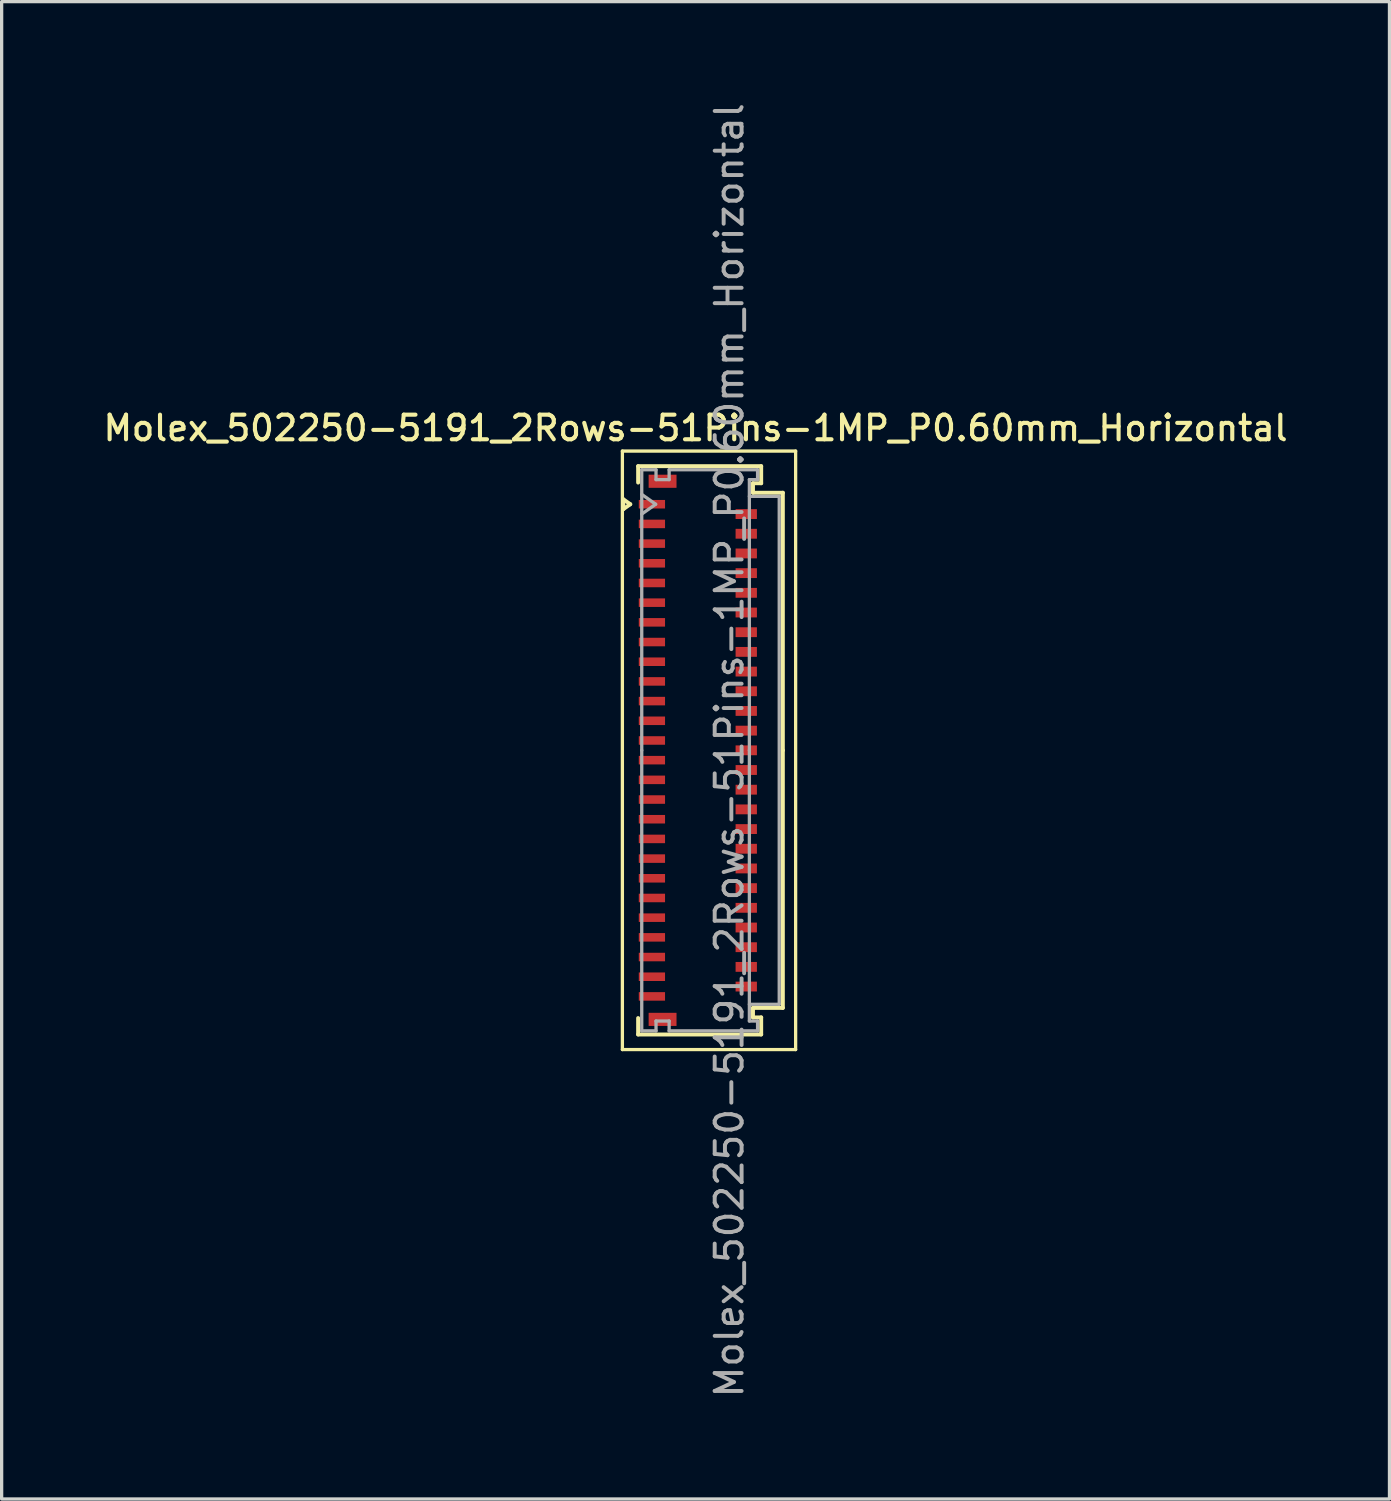
<source format=kicad_pcb>
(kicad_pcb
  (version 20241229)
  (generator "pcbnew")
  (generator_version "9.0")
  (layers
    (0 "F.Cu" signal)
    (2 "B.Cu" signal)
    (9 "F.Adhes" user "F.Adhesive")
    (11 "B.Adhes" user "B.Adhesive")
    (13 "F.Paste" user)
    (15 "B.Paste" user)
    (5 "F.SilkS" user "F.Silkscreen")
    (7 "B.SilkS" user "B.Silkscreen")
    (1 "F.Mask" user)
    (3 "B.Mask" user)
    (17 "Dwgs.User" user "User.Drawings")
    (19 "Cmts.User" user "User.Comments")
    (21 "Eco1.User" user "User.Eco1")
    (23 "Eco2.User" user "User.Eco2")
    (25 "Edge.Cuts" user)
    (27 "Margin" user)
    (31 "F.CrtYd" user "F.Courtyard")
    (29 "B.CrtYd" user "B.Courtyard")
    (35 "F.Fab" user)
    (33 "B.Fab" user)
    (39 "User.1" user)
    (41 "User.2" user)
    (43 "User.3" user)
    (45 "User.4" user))
  (footprint "Molex_502250-5191_2Rows-51Pins-1MP_P0.60mm_Horizontal"
    (layer "F.Cu")
    (at 18.218 19.817)
    (property "Reference" "Molex_502250-5191_2Rows-51Pins-1MP_P0.60mm_Horizontal" (at -0.07 -9.82 0) (layer "F.SilkS") (effects (font (size 0.75 0.75) (thickness 0.125))))
    (attr smd)
    (fp_line (start -2.3 -9.12) (end -2.3 9.12) (stroke (width 0.1) (type solid)) (layer "F.SilkS"))
    (fp_line (start -2.3 9.12) (end 2.98 9.12) (stroke (width 0.1) (type solid)) (layer "F.SilkS"))
    (fp_line (start -2.272 -7.65) (end -2.06 -7.5) (stroke (width 0.12) (type solid)) (layer "F.SilkS"))
    (fp_line (start -2.272 -7.35) (end -2.272 -7.65) (stroke (width 0.12) (type solid)) (layer "F.SilkS"))
    (fp_line (start -2.06 -7.5) (end -2.272 -7.35) (stroke (width 0.12) (type solid)) (layer "F.SilkS"))
    (fp_line (start -1.82 -8.66) (end 1.93 -8.66) (stroke (width 0.12) (type solid)) (layer "F.SilkS"))
    (fp_line (start -1.82 -8.16) (end -1.82 -8.66) (stroke (width 0.12) (type solid)) (layer "F.SilkS"))
    (fp_line (start -1.82 8.16) (end -1.82 8.66) (stroke (width 0.12) (type solid)) (layer "F.SilkS"))
    (fp_line (start -1.82 8.66) (end 1.93 8.66) (stroke (width 0.12) (type solid)) (layer "F.SilkS"))
    (fp_line (start 1.68 -8.14) (end 1.68 -7.85) (stroke (width 0.12) (type solid)) (layer "F.SilkS"))
    (fp_line (start 1.68 -7.85) (end 2.59 -7.85) (stroke (width 0.12) (type solid)) (layer "F.SilkS"))
    (fp_line (start 1.68 7.85) (end 2.59 7.85) (stroke (width 0.12) (type solid)) (layer "F.SilkS"))
    (fp_line (start 1.68 8.14) (end 1.68 7.85) (stroke (width 0.12) (type solid)) (layer "F.SilkS"))
    (fp_line (start 1.93 -8.66) (end 1.93 -8.14) (stroke (width 0.12) (type solid)) (layer "F.SilkS"))
    (fp_line (start 1.93 -8.14) (end 1.68 -8.14) (stroke (width 0.12) (type solid)) (layer "F.SilkS"))
    (fp_line (start 1.93 8.14) (end 1.68 8.14) (stroke (width 0.12) (type solid)) (layer "F.SilkS"))
    (fp_line (start 1.93 8.66) (end 1.93 8.14) (stroke (width 0.12) (type solid)) (layer "F.SilkS"))
    (fp_line (start 2.59 -7.85) (end 2.59 0) (stroke (width 0.12) (type solid)) (layer "F.SilkS"))
    (fp_line (start 2.59 7.85) (end 2.59 0) (stroke (width 0.12) (type solid)) (layer "F.SilkS"))
    (fp_line (start 2.98 -9.12) (end -2.3 -9.12) (stroke (width 0.1) (type solid)) (layer "F.SilkS"))
    (fp_line (start 2.98 9.12) (end 2.98 -9.12) (stroke (width 0.1) (type solid)) (layer "F.SilkS"))
    (fp_line (start -1.71 -8.55) (end -1.275 -8.55) (stroke (width 0.1) (type solid)) (layer "F.Fab"))
    (fp_line (start -1.71 -7.8) (end -1.286 -7.5) (stroke (width 0.1) (type solid)) (layer "F.Fab"))
    (fp_line (start -1.71 0) (end -1.71 -8.55) (stroke (width 0.1) (type solid)) (layer "F.Fab"))
    (fp_line (start -1.71 0) (end -1.71 8.55) (stroke (width 0.1) (type solid)) (layer "F.Fab"))
    (fp_line (start -1.71 8.55) (end -1.275 8.55) (stroke (width 0.1) (type solid)) (layer "F.Fab"))
    (fp_line (start -1.286 -7.5) (end -1.71 -7.2) (stroke (width 0.1) (type solid)) (layer "F.Fab"))
    (fp_line (start -1.275 -8.55) (end -1.275 -8.25) (stroke (width 0.1) (type solid)) (layer "F.Fab"))
    (fp_line (start -1.275 -8.25) (end -0.875 -8.25) (stroke (width 0.1) (type solid)) (layer "F.Fab"))
    (fp_line (start -1.275 8.25) (end -0.875 8.25) (stroke (width 0.1) (type solid)) (layer "F.Fab"))
    (fp_line (start -1.275 8.55) (end -1.275 8.25) (stroke (width 0.1) (type solid)) (layer "F.Fab"))
    (fp_line (start -0.875 -8.55) (end 1.82 -8.55) (stroke (width 0.1) (type solid)) (layer "F.Fab"))
    (fp_line (start -0.875 -8.25) (end -0.875 -8.55) (stroke (width 0.1) (type solid)) (layer "F.Fab"))
    (fp_line (start -0.875 8.25) (end -0.875 8.55) (stroke (width 0.1) (type solid)) (layer "F.Fab"))
    (fp_line (start -0.875 8.55) (end 1.82 8.55) (stroke (width 0.1) (type solid)) (layer "F.Fab"))
    (fp_line (start 1.57 -8.25) (end 1.57 0) (stroke (width 0.1) (type solid)) (layer "F.Fab"))
    (fp_line (start 1.57 -7.74) (end 2.48 -7.74) (stroke (width 0.1) (type solid)) (layer "F.Fab"))
    (fp_line (start 1.57 8.25) (end 1.57 0) (stroke (width 0.1) (type solid)) (layer "F.Fab"))
    (fp_line (start 1.82 -8.55) (end 1.82 -8.25) (stroke (width 0.1) (type solid)) (layer "F.Fab"))
    (fp_line (start 1.82 -8.25) (end 1.57 -8.25) (stroke (width 0.1) (type solid)) (layer "F.Fab"))
    (fp_line (start 1.82 8.25) (end 1.57 8.25) (stroke (width 0.1) (type solid)) (layer "F.Fab"))
    (fp_line (start 1.82 8.55) (end 1.82 8.25) (stroke (width 0.1) (type solid)) (layer "F.Fab"))
    (fp_line (start 2.48 -7.74) (end 2.48 7.74) (stroke (width 0.1) (type solid)) (layer "F.Fab"))
    (fp_line (start 2.48 7.74) (end 1.57 7.74) (stroke (width 0.1) (type solid)) (layer "F.Fab"))
    (fp_text user "${REFERENCE}" (at 0.96 0 90) (layer "F.Fab") (effects (font (size 0.82 0.82) (thickness 0.12))))
    (pad "1" smd rect (at -1.4 -7.5) (size 0.8 0.26) (layers "F.Cu" "F.Mask" "F.Paste"))
    (pad "2" smd rect (at 1.475 -7.2) (size 0.65 0.3) (layers "F.Cu" "F.Mask" "F.Paste"))
    (pad "3" smd rect (at -1.4 -6.9) (size 0.8 0.26) (layers "F.Cu" "F.Mask" "F.Paste"))
    (pad "4" smd rect (at 1.475 -6.6) (size 0.65 0.3) (layers "F.Cu" "F.Mask" "F.Paste"))
    (pad "5" smd rect (at -1.4 -6.3) (size 0.8 0.26) (layers "F.Cu" "F.Mask" "F.Paste"))
    (pad "6" smd rect (at 1.475 -6) (size 0.65 0.3) (layers "F.Cu" "F.Mask" "F.Paste"))
    (pad "7" smd rect (at -1.4 -5.7) (size 0.8 0.26) (layers "F.Cu" "F.Mask" "F.Paste"))
    (pad "8" smd rect (at 1.475 -5.4) (size 0.65 0.3) (layers "F.Cu" "F.Mask" "F.Paste"))
    (pad "9" smd rect (at -1.4 -5.1) (size 0.8 0.26) (layers "F.Cu" "F.Mask" "F.Paste"))
    (pad "10" smd rect (at 1.475 -4.8) (size 0.65 0.3) (layers "F.Cu" "F.Mask" "F.Paste"))
    (pad "11" smd rect (at -1.4 -4.5) (size 0.8 0.26) (layers "F.Cu" "F.Mask" "F.Paste"))
    (pad "12" smd rect (at 1.475 -4.2) (size 0.65 0.3) (layers "F.Cu" "F.Mask" "F.Paste"))
    (pad "13" smd rect (at -1.4 -3.9) (size 0.8 0.26) (layers "F.Cu" "F.Mask" "F.Paste"))
    (pad "14" smd rect (at 1.475 -3.6) (size 0.65 0.3) (layers "F.Cu" "F.Mask" "F.Paste"))
    (pad "15" smd rect (at -1.4 -3.3) (size 0.8 0.26) (layers "F.Cu" "F.Mask" "F.Paste"))
    (pad "16" smd rect (at 1.475 -3) (size 0.65 0.3) (layers "F.Cu" "F.Mask" "F.Paste"))
    (pad "17" smd rect (at -1.4 -2.7) (size 0.8 0.26) (layers "F.Cu" "F.Mask" "F.Paste"))
    (pad "18" smd rect (at 1.475 -2.4) (size 0.65 0.3) (layers "F.Cu" "F.Mask" "F.Paste"))
    (pad "19" smd rect (at -1.4 -2.1) (size 0.8 0.26) (layers "F.Cu" "F.Mask" "F.Paste"))
    (pad "20" smd rect (at 1.475 -1.8) (size 0.65 0.3) (layers "F.Cu" "F.Mask" "F.Paste"))
    (pad "21" smd rect (at -1.4 -1.5) (size 0.8 0.26) (layers "F.Cu" "F.Mask" "F.Paste"))
    (pad "22" smd rect (at 1.475 -1.2) (size 0.65 0.3) (layers "F.Cu" "F.Mask" "F.Paste"))
    (pad "23" smd rect (at -1.4 -0.9) (size 0.8 0.26) (layers "F.Cu" "F.Mask" "F.Paste"))
    (pad "24" smd rect (at 1.475 -0.6) (size 0.65 0.3) (layers "F.Cu" "F.Mask" "F.Paste"))
    (pad "25" smd rect (at -1.4 -0.3) (size 0.8 0.26) (layers "F.Cu" "F.Mask" "F.Paste"))
    (pad "26" smd rect (at 1.475 0) (size 0.65 0.3) (layers "F.Cu" "F.Mask" "F.Paste"))
    (pad "27" smd rect (at -1.4 0.3) (size 0.8 0.26) (layers "F.Cu" "F.Mask" "F.Paste"))
    (pad "28" smd rect (at 1.475 0.6) (size 0.65 0.3) (layers "F.Cu" "F.Mask" "F.Paste"))
    (pad "29" smd rect (at -1.4 0.9) (size 0.8 0.26) (layers "F.Cu" "F.Mask" "F.Paste"))
    (pad "30" smd rect (at 1.475 1.2) (size 0.65 0.3) (layers "F.Cu" "F.Mask" "F.Paste"))
    (pad "31" smd rect (at -1.4 1.5) (size 0.8 0.26) (layers "F.Cu" "F.Mask" "F.Paste"))
    (pad "32" smd rect (at 1.475 1.8) (size 0.65 0.3) (layers "F.Cu" "F.Mask" "F.Paste"))
    (pad "33" smd rect (at -1.4 2.1) (size 0.8 0.26) (layers "F.Cu" "F.Mask" "F.Paste"))
    (pad "34" smd rect (at 1.475 2.4) (size 0.65 0.3) (layers "F.Cu" "F.Mask" "F.Paste"))
    (pad "35" smd rect (at -1.4 2.7) (size 0.8 0.26) (layers "F.Cu" "F.Mask" "F.Paste"))
    (pad "36" smd rect (at 1.475 3) (size 0.65 0.3) (layers "F.Cu" "F.Mask" "F.Paste"))
    (pad "37" smd rect (at -1.4 3.3) (size 0.8 0.26) (layers "F.Cu" "F.Mask" "F.Paste"))
    (pad "38" smd rect (at 1.475 3.6) (size 0.65 0.3) (layers "F.Cu" "F.Mask" "F.Paste"))
    (pad "39" smd rect (at -1.4 3.9) (size 0.8 0.26) (layers "F.Cu" "F.Mask" "F.Paste"))
    (pad "40" smd rect (at 1.475 4.2) (size 0.65 0.3) (layers "F.Cu" "F.Mask" "F.Paste"))
    (pad "41" smd rect (at -1.4 4.5) (size 0.8 0.26) (layers "F.Cu" "F.Mask" "F.Paste"))
    (pad "42" smd rect (at 1.475 4.8) (size 0.65 0.3) (layers "F.Cu" "F.Mask" "F.Paste"))
    (pad "43" smd rect (at -1.4 5.1) (size 0.8 0.26) (layers "F.Cu" "F.Mask" "F.Paste"))
    (pad "44" smd rect (at 1.475 5.4) (size 0.65 0.3) (layers "F.Cu" "F.Mask" "F.Paste"))
    (pad "45" smd rect (at -1.4 5.7) (size 0.8 0.26) (layers "F.Cu" "F.Mask" "F.Paste"))
    (pad "46" smd rect (at 1.475 6) (size 0.65 0.3) (layers "F.Cu" "F.Mask" "F.Paste"))
    (pad "47" smd rect (at -1.4 6.3) (size 0.8 0.26) (layers "F.Cu" "F.Mask" "F.Paste"))
    (pad "48" smd rect (at 1.475 6.6) (size 0.65 0.3) (layers "F.Cu" "F.Mask" "F.Paste"))
    (pad "49" smd rect (at -1.4 6.9) (size 0.8 0.26) (layers "F.Cu" "F.Mask" "F.Paste"))
    (pad "50" smd rect (at 1.475 7.2) (size 0.65 0.3) (layers "F.Cu" "F.Mask" "F.Paste"))
    (pad "51" smd rect (at -1.4 7.5) (size 0.8 0.26) (layers "F.Cu" "F.Mask" "F.Paste"))
    (pad "MP" smd rect (at -1.075 -8.2) (size 0.85 0.4) (layers "F.Cu" "F.Mask" "F.Paste"))
    (pad "MP" smd rect (at -1.075 8.2) (size 0.85 0.4) (layers "F.Cu" "F.Mask" "F.Paste")))
  (gr_rect
    (start -3 -3)
    (end 39.296 42.634)
    (stroke (width 0.1) (type default))
    (fill no)
    (layer "Edge.Cuts")))
</source>
